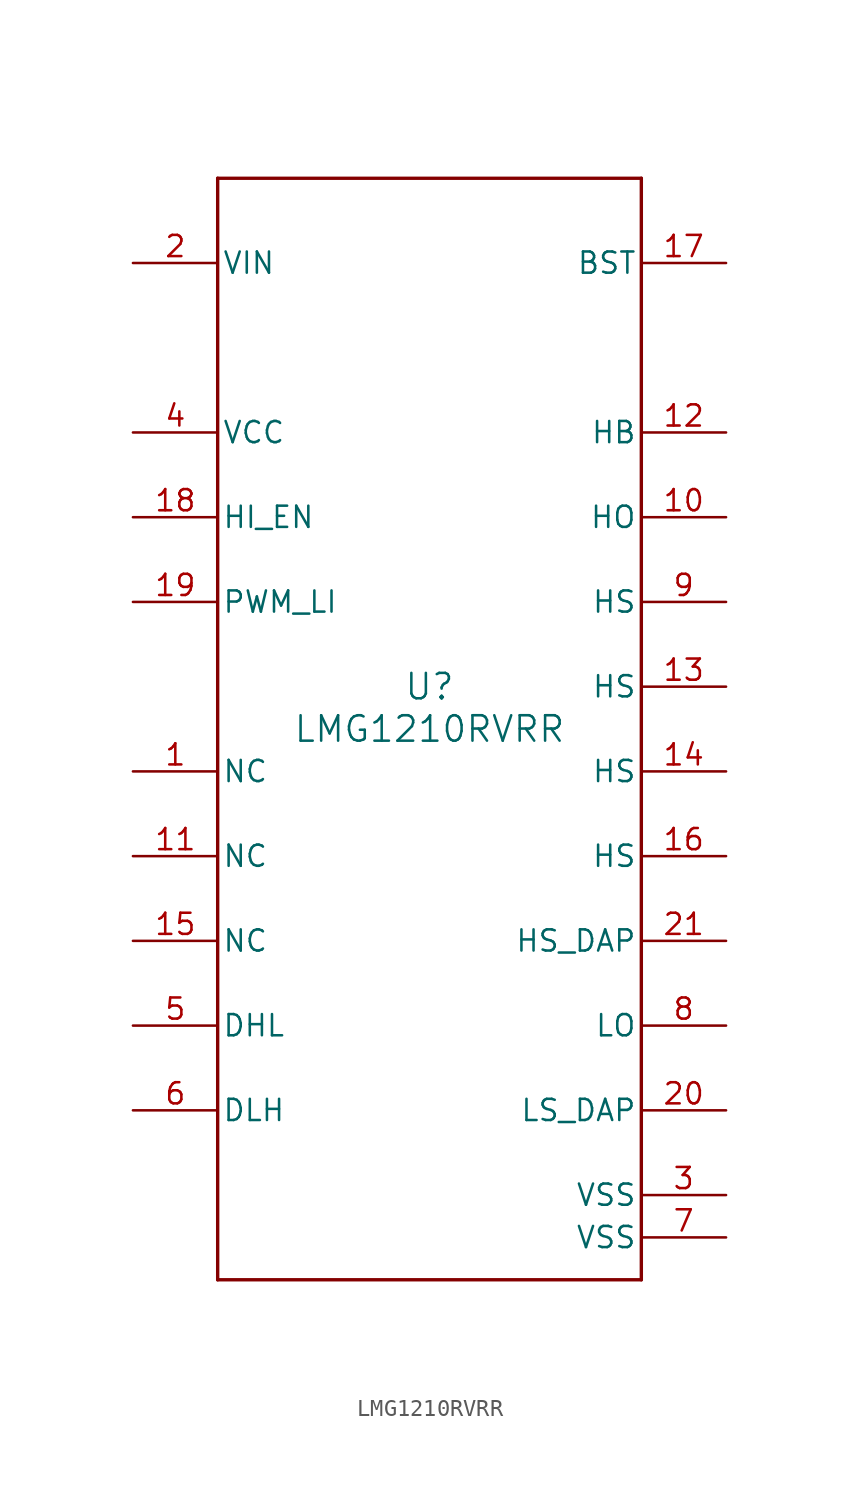
<source format=kicad_sym>
(kicad_symbol_lib
  (version 20211014)
  (generator kicad_symbol_editor)
  (symbol "LMG1210RVRR"
    (pin_names
      (offset 0.254))
    (property "Reference" "U"
      (at 0 2.54 0)
      (effects (font (size 1.524 1.524))))
    (property "Value" "LMG1210RVRR"
      (at 0 0 0)
      (effects (font (size 1.524 1.524))))
    (symbol "LMG1210RVRR_0_1"
      (polyline (pts (xy -12.7 -33.02) (xy 12.7 -33.02)) (stroke (width 0.203) (type default) (color 0 0 0 0)) (fill (type none)))
      (polyline (pts (xy 12.7 -33.02) (xy 12.7 33.02)) (stroke (width 0.203) (type default) (color 0 0 0 0)) (fill (type none)))
      (polyline (pts (xy 12.7 33.02) (xy -12.7 33.02)) (stroke (width 0.203) (type default) (color 0 0 0 0)) (fill (type none)))
      (polyline (pts (xy -12.7 33.02) (xy -12.7 -33.02)) (stroke (width 0.203) (type default) (color 0 0 0 0)) (fill (type none)))
      (pin unspecified line (at -17.78 -2.54 0) (length 5.08) (name "NC" (effects (font (size 1.27 1.27)))) (number "1" (effects (font (size 1.27 1.27)))))
      (pin power_in line (at -17.78 27.94 0) (length 5.08) (name "VIN" (effects (font (size 1.27 1.27)))) (number "2" (effects (font (size 1.27 1.27)))))
      (pin power_in line (at 17.78 -27.94 180) (length 5.08) (name "VSS" (effects (font (size 1.27 1.27)))) (number "3" (effects (font (size 1.27 1.27)))))
      (pin power_in line (at -17.78 17.78 0) (length 5.08) (name "VCC" (effects (font (size 1.27 1.27)))) (number "4" (effects (font (size 1.27 1.27)))))
      (pin output line (at -17.78 -17.78 0) (length 5.08) (name "DHL" (effects (font (size 1.27 1.27)))) (number "5" (effects (font (size 1.27 1.27)))))
      (pin output line (at -17.78 -22.86 0) (length 5.08) (name "DLH" (effects (font (size 1.27 1.27)))) (number "6" (effects (font (size 1.27 1.27)))))
      (pin power_in line (at 17.78 -30.48 180) (length 5.08) (name "VSS" (effects (font (size 1.27 1.27)))) (number "7" (effects (font (size 1.27 1.27)))))
      (pin output line (at 17.78 -17.78 180) (length 5.08) (name "LO" (effects (font (size 1.27 1.27)))) (number "8" (effects (font (size 1.27 1.27)))))
      (pin input line (at 17.78 7.62 180) (length 5.08) (name "HS" (effects (font (size 1.27 1.27)))) (number "9" (effects (font (size 1.27 1.27)))))
      (pin output line (at 17.78 12.7 180) (length 5.08) (name "HO" (effects (font (size 1.27 1.27)))) (number "10" (effects (font (size 1.27 1.27)))))
      (pin unspecified line (at -17.78 -7.62 0) (length 5.08) (name "NC" (effects (font (size 1.27 1.27)))) (number "11" (effects (font (size 1.27 1.27)))))
      (pin input line (at 17.78 17.78 180) (length 5.08) (name "HB" (effects (font (size 1.27 1.27)))) (number "12" (effects (font (size 1.27 1.27)))))
      (pin input line (at 17.78 2.54 180) (length 5.08) (name "HS" (effects (font (size 1.27 1.27)))) (number "13" (effects (font (size 1.27 1.27)))))
      (pin input line (at 17.78 -2.54 180) (length 5.08) (name "HS" (effects (font (size 1.27 1.27)))) (number "14" (effects (font (size 1.27 1.27)))))
      (pin unspecified line (at -17.78 -12.7 0) (length 5.08) (name "NC" (effects (font (size 1.27 1.27)))) (number "15" (effects (font (size 1.27 1.27)))))
      (pin input line (at 17.78 -7.62 180) (length 5.08) (name "HS" (effects (font (size 1.27 1.27)))) (number "16" (effects (font (size 1.27 1.27)))))
      (pin output line (at 17.78 27.94 180) (length 5.08) (name "BST" (effects (font (size 1.27 1.27)))) (number "17" (effects (font (size 1.27 1.27)))))
      (pin input line (at -17.78 12.7 0) (length 5.08) (name "HI_EN" (effects (font (size 1.27 1.27)))) (number "18" (effects (font (size 1.27 1.27)))))
      (pin input line (at -17.78 7.62 0) (length 5.08) (name "PWM_LI" (effects (font (size 1.27 1.27)))) (number "19" (effects (font (size 1.27 1.27)))))
      (pin unspecified line (at 17.78 -22.86 180) (length 5.08) (name "LS_DAP" (effects (font (size 1.27 1.27)))) (number "20" (effects (font (size 1.27 1.27)))))
      (pin unspecified line (at 17.78 -12.7 180) (length 5.08) (name "HS_DAP" (effects (font (size 1.27 1.27)))) (number "21" (effects (font (size 1.27 1.27))))))))
</source>
